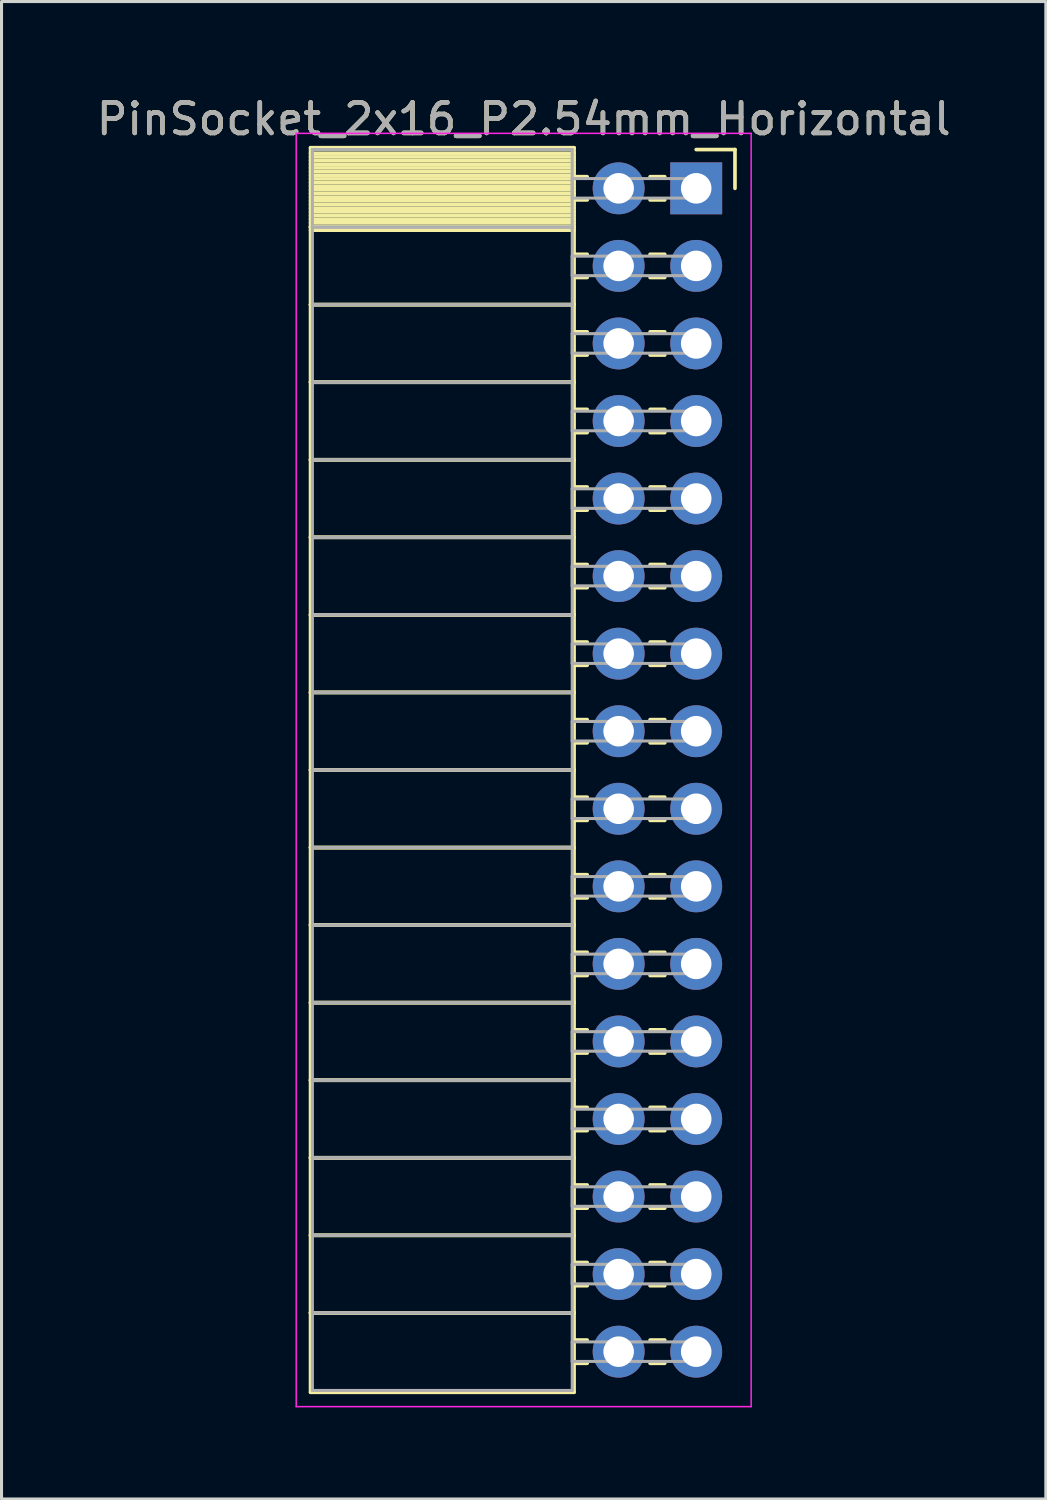
<source format=kicad_pcb>
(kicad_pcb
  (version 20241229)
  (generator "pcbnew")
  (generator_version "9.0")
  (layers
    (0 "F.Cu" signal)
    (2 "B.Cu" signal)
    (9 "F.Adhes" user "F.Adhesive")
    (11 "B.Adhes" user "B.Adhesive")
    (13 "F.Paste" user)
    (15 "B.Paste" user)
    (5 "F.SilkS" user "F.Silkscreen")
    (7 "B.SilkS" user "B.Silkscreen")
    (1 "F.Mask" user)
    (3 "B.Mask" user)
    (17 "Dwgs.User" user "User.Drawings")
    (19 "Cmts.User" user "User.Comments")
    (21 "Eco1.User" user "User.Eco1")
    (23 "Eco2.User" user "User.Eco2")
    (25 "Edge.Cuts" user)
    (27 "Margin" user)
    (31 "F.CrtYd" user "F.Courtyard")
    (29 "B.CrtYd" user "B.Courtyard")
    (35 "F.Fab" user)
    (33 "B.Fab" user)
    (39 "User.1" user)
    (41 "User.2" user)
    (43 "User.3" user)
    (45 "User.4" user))
  (footprint "PinSocket_2x16_P2.54mm_Horizontal"
    (layer "F.Cu")
    (at 19.751 3.118)
    (property "Reference" "PinSocket_2x16_P2.54mm_Horizontal" (at -5.65 -2.27 0) (layer "F.SilkS") (effects (font (size 1 1) (thickness 0.15))))
    (attr through_hole)
    (fp_line (start -12.63 -1.33) (end -4 -1.33) (stroke (width 0.12) (type solid)) (layer "F.SilkS"))
    (fp_line (start -12.63 1.27) (end -12.63 -1.33) (stroke (width 0.12) (type solid)) (layer "F.SilkS"))
    (fp_line (start -12.63 1.27) (end -4 1.27) (stroke (width 0.12) (type solid)) (layer "F.SilkS"))
    (fp_line (start -12.63 3.81) (end -12.63 1.27) (stroke (width 0.12) (type solid)) (layer "F.SilkS"))
    (fp_line (start -12.63 3.81) (end -4 3.81) (stroke (width 0.12) (type solid)) (layer "F.SilkS"))
    (fp_line (start -12.63 6.35) (end -12.63 3.81) (stroke (width 0.12) (type solid)) (layer "F.SilkS"))
    (fp_line (start -12.63 6.35) (end -4 6.35) (stroke (width 0.12) (type solid)) (layer "F.SilkS"))
    (fp_line (start -12.63 8.89) (end -12.63 6.35) (stroke (width 0.12) (type solid)) (layer "F.SilkS"))
    (fp_line (start -12.63 8.89) (end -4 8.89) (stroke (width 0.12) (type solid)) (layer "F.SilkS"))
    (fp_line (start -12.63 11.43) (end -12.63 8.89) (stroke (width 0.12) (type solid)) (layer "F.SilkS"))
    (fp_line (start -12.63 11.43) (end -4 11.43) (stroke (width 0.12) (type solid)) (layer "F.SilkS"))
    (fp_line (start -12.63 13.97) (end -12.63 11.43) (stroke (width 0.12) (type solid)) (layer "F.SilkS"))
    (fp_line (start -12.63 13.97) (end -4 13.97) (stroke (width 0.12) (type solid)) (layer "F.SilkS"))
    (fp_line (start -12.63 16.51) (end -12.63 13.97) (stroke (width 0.12) (type solid)) (layer "F.SilkS"))
    (fp_line (start -12.63 16.51) (end -4 16.51) (stroke (width 0.12) (type solid)) (layer "F.SilkS"))
    (fp_line (start -12.63 19.05) (end -12.63 16.51) (stroke (width 0.12) (type solid)) (layer "F.SilkS"))
    (fp_line (start -12.63 19.05) (end -4 19.05) (stroke (width 0.12) (type solid)) (layer "F.SilkS"))
    (fp_line (start -12.63 21.59) (end -12.63 19.05) (stroke (width 0.12) (type solid)) (layer "F.SilkS"))
    (fp_line (start -12.63 21.59) (end -4 21.59) (stroke (width 0.12) (type solid)) (layer "F.SilkS"))
    (fp_line (start -12.63 24.13) (end -12.63 21.59) (stroke (width 0.12) (type solid)) (layer "F.SilkS"))
    (fp_line (start -12.63 24.13) (end -4 24.13) (stroke (width 0.12) (type solid)) (layer "F.SilkS"))
    (fp_line (start -12.63 26.67) (end -12.63 24.13) (stroke (width 0.12) (type solid)) (layer "F.SilkS"))
    (fp_line (start -12.63 26.67) (end -4 26.67) (stroke (width 0.12) (type solid)) (layer "F.SilkS"))
    (fp_line (start -12.63 29.21) (end -12.63 26.67) (stroke (width 0.12) (type solid)) (layer "F.SilkS"))
    (fp_line (start -12.63 29.21) (end -4 29.21) (stroke (width 0.12) (type solid)) (layer "F.SilkS"))
    (fp_line (start -12.63 31.75) (end -12.63 29.21) (stroke (width 0.12) (type solid)) (layer "F.SilkS"))
    (fp_line (start -12.63 31.75) (end -4 31.75) (stroke (width 0.12) (type solid)) (layer "F.SilkS"))
    (fp_line (start -12.63 34.29) (end -12.63 31.75) (stroke (width 0.12) (type solid)) (layer "F.SilkS"))
    (fp_line (start -12.63 34.29) (end -4 34.29) (stroke (width 0.12) (type solid)) (layer "F.SilkS"))
    (fp_line (start -12.63 36.83) (end -12.63 34.29) (stroke (width 0.12) (type solid)) (layer "F.SilkS"))
    (fp_line (start -12.63 36.83) (end -4 36.83) (stroke (width 0.12) (type solid)) (layer "F.SilkS"))
    (fp_line (start -12.63 39.43) (end -12.63 36.83) (stroke (width 0.12) (type solid)) (layer "F.SilkS"))
    (fp_line (start -4 -1.33) (end -4 1.27) (stroke (width 0.12) (type solid)) (layer "F.SilkS"))
    (fp_line (start -4 -1.15) (end -12.63 -1.15) (stroke (width 0.12) (type solid)) (layer "F.SilkS"))
    (fp_line (start -4 -1.03) (end -12.63 -1.03) (stroke (width 0.12) (type solid)) (layer "F.SilkS"))
    (fp_line (start -4 -0.91) (end -12.63 -0.91) (stroke (width 0.12) (type solid)) (layer "F.SilkS"))
    (fp_line (start -4 -0.79) (end -12.63 -0.79) (stroke (width 0.12) (type solid)) (layer "F.SilkS"))
    (fp_line (start -4 -0.67) (end -12.63 -0.67) (stroke (width 0.12) (type solid)) (layer "F.SilkS"))
    (fp_line (start -4 -0.55) (end -12.63 -0.55) (stroke (width 0.12) (type solid)) (layer "F.SilkS"))
    (fp_line (start -4 -0.43) (end -12.63 -0.43) (stroke (width 0.12) (type solid)) (layer "F.SilkS"))
    (fp_line (start -4 -0.31) (end -12.63 -0.31) (stroke (width 0.12) (type solid)) (layer "F.SilkS"))
    (fp_line (start -4 -0.19) (end -12.63 -0.19) (stroke (width 0.12) (type solid)) (layer "F.SilkS"))
    (fp_line (start -4 -0.07) (end -12.63 -0.07) (stroke (width 0.12) (type solid)) (layer "F.SilkS"))
    (fp_line (start -4 0.05) (end -12.63 0.05) (stroke (width 0.12) (type solid)) (layer "F.SilkS"))
    (fp_line (start -4 0.17) (end -12.63 0.17) (stroke (width 0.12) (type solid)) (layer "F.SilkS"))
    (fp_line (start -4 0.29) (end -12.63 0.29) (stroke (width 0.12) (type solid)) (layer "F.SilkS"))
    (fp_line (start -4 0.41) (end -12.63 0.41) (stroke (width 0.12) (type solid)) (layer "F.SilkS"))
    (fp_line (start -4 0.53) (end -12.63 0.53) (stroke (width 0.12) (type solid)) (layer "F.SilkS"))
    (fp_line (start -4 0.65) (end -12.63 0.65) (stroke (width 0.12) (type solid)) (layer "F.SilkS"))
    (fp_line (start -4 0.77) (end -12.63 0.77) (stroke (width 0.12) (type solid)) (layer "F.SilkS"))
    (fp_line (start -4 0.89) (end -12.63 0.89) (stroke (width 0.12) (type solid)) (layer "F.SilkS"))
    (fp_line (start -4 1.01) (end -12.63 1.01) (stroke (width 0.12) (type solid)) (layer "F.SilkS"))
    (fp_line (start -4 1.13) (end -12.63 1.13) (stroke (width 0.12) (type solid)) (layer "F.SilkS"))
    (fp_line (start -4 1.25) (end -12.63 1.25) (stroke (width 0.12) (type solid)) (layer "F.SilkS"))
    (fp_line (start -4 1.27) (end -12.63 1.27) (stroke (width 0.12) (type solid)) (layer "F.SilkS"))
    (fp_line (start -4 1.27) (end -4 3.81) (stroke (width 0.12) (type solid)) (layer "F.SilkS"))
    (fp_line (start -4 1.37) (end -12.63 1.37) (stroke (width 0.12) (type solid)) (layer "F.SilkS"))
    (fp_line (start -4 3.81) (end -12.63 3.81) (stroke (width 0.12) (type solid)) (layer "F.SilkS"))
    (fp_line (start -4 3.81) (end -4 6.35) (stroke (width 0.12) (type solid)) (layer "F.SilkS"))
    (fp_line (start -4 6.35) (end -12.63 6.35) (stroke (width 0.12) (type solid)) (layer "F.SilkS"))
    (fp_line (start -4 6.35) (end -4 8.89) (stroke (width 0.12) (type solid)) (layer "F.SilkS"))
    (fp_line (start -4 8.89) (end -12.63 8.89) (stroke (width 0.12) (type solid)) (layer "F.SilkS"))
    (fp_line (start -4 8.89) (end -4 11.43) (stroke (width 0.12) (type solid)) (layer "F.SilkS"))
    (fp_line (start -4 11.43) (end -12.63 11.43) (stroke (width 0.12) (type solid)) (layer "F.SilkS"))
    (fp_line (start -4 11.43) (end -4 13.97) (stroke (width 0.12) (type solid)) (layer "F.SilkS"))
    (fp_line (start -4 13.97) (end -12.63 13.97) (stroke (width 0.12) (type solid)) (layer "F.SilkS"))
    (fp_line (start -4 13.97) (end -4 16.51) (stroke (width 0.12) (type solid)) (layer "F.SilkS"))
    (fp_line (start -4 16.51) (end -12.63 16.51) (stroke (width 0.12) (type solid)) (layer "F.SilkS"))
    (fp_line (start -4 16.51) (end -4 19.05) (stroke (width 0.12) (type solid)) (layer "F.SilkS"))
    (fp_line (start -4 19.05) (end -12.63 19.05) (stroke (width 0.12) (type solid)) (layer "F.SilkS"))
    (fp_line (start -4 19.05) (end -4 21.59) (stroke (width 0.12) (type solid)) (layer "F.SilkS"))
    (fp_line (start -4 21.59) (end -12.63 21.59) (stroke (width 0.12) (type solid)) (layer "F.SilkS"))
    (fp_line (start -4 21.59) (end -4 24.13) (stroke (width 0.12) (type solid)) (layer "F.SilkS"))
    (fp_line (start -4 24.13) (end -12.63 24.13) (stroke (width 0.12) (type solid)) (layer "F.SilkS"))
    (fp_line (start -4 24.13) (end -4 26.67) (stroke (width 0.12) (type solid)) (layer "F.SilkS"))
    (fp_line (start -4 26.67) (end -12.63 26.67) (stroke (width 0.12) (type solid)) (layer "F.SilkS"))
    (fp_line (start -4 26.67) (end -4 29.21) (stroke (width 0.12) (type solid)) (layer "F.SilkS"))
    (fp_line (start -4 29.21) (end -12.63 29.21) (stroke (width 0.12) (type solid)) (layer "F.SilkS"))
    (fp_line (start -4 29.21) (end -4 31.75) (stroke (width 0.12) (type solid)) (layer "F.SilkS"))
    (fp_line (start -4 31.75) (end -12.63 31.75) (stroke (width 0.12) (type solid)) (layer "F.SilkS"))
    (fp_line (start -4 31.75) (end -4 34.29) (stroke (width 0.12) (type solid)) (layer "F.SilkS"))
    (fp_line (start -4 34.29) (end -12.63 34.29) (stroke (width 0.12) (type solid)) (layer "F.SilkS"))
    (fp_line (start -4 34.29) (end -4 36.83) (stroke (width 0.12) (type solid)) (layer "F.SilkS"))
    (fp_line (start -4 36.83) (end -12.63 36.83) (stroke (width 0.12) (type solid)) (layer "F.SilkS"))
    (fp_line (start -4 36.83) (end -4 39.43) (stroke (width 0.12) (type solid)) (layer "F.SilkS"))
    (fp_line (start -4 39.43) (end -12.63 39.43) (stroke (width 0.12) (type solid)) (layer "F.SilkS"))
    (fp_line (start -3.57 -0.38) (end -4 -0.38) (stroke (width 0.12) (type solid)) (layer "F.SilkS"))
    (fp_line (start -3.57 0.38) (end -4 0.38) (stroke (width 0.12) (type solid)) (layer "F.SilkS"))
    (fp_line (start -3.57 2.16) (end -4 2.16) (stroke (width 0.12) (type solid)) (layer "F.SilkS"))
    (fp_line (start -3.57 2.92) (end -4 2.92) (stroke (width 0.12) (type solid)) (layer "F.SilkS"))
    (fp_line (start -3.57 4.7) (end -4 4.7) (stroke (width 0.12) (type solid)) (layer "F.SilkS"))
    (fp_line (start -3.57 5.46) (end -4 5.46) (stroke (width 0.12) (type solid)) (layer "F.SilkS"))
    (fp_line (start -3.57 7.24) (end -4 7.24) (stroke (width 0.12) (type solid)) (layer "F.SilkS"))
    (fp_line (start -3.57 8) (end -4 8) (stroke (width 0.12) (type solid)) (layer "F.SilkS"))
    (fp_line (start -3.57 9.78) (end -4 9.78) (stroke (width 0.12) (type solid)) (layer "F.SilkS"))
    (fp_line (start -3.57 10.54) (end -4 10.54) (stroke (width 0.12) (type solid)) (layer "F.SilkS"))
    (fp_line (start -3.57 12.32) (end -4 12.32) (stroke (width 0.12) (type solid)) (layer "F.SilkS"))
    (fp_line (start -3.57 13.08) (end -4 13.08) (stroke (width 0.12) (type solid)) (layer "F.SilkS"))
    (fp_line (start -3.57 14.86) (end -4 14.86) (stroke (width 0.12) (type solid)) (layer "F.SilkS"))
    (fp_line (start -3.57 15.62) (end -4 15.62) (stroke (width 0.12) (type solid)) (layer "F.SilkS"))
    (fp_line (start -3.57 17.4) (end -4 17.4) (stroke (width 0.12) (type solid)) (layer "F.SilkS"))
    (fp_line (start -3.57 18.16) (end -4 18.16) (stroke (width 0.12) (type solid)) (layer "F.SilkS"))
    (fp_line (start -3.57 19.94) (end -4 19.94) (stroke (width 0.12) (type solid)) (layer "F.SilkS"))
    (fp_line (start -3.57 20.7) (end -4 20.7) (stroke (width 0.12) (type solid)) (layer "F.SilkS"))
    (fp_line (start -3.57 22.48) (end -4 22.48) (stroke (width 0.12) (type solid)) (layer "F.SilkS"))
    (fp_line (start -3.57 23.24) (end -4 23.24) (stroke (width 0.12) (type solid)) (layer "F.SilkS"))
    (fp_line (start -3.57 25.02) (end -4 25.02) (stroke (width 0.12) (type solid)) (layer "F.SilkS"))
    (fp_line (start -3.57 25.78) (end -4 25.78) (stroke (width 0.12) (type solid)) (layer "F.SilkS"))
    (fp_line (start -3.57 27.56) (end -4 27.56) (stroke (width 0.12) (type solid)) (layer "F.SilkS"))
    (fp_line (start -3.57 28.32) (end -4 28.32) (stroke (width 0.12) (type solid)) (layer "F.SilkS"))
    (fp_line (start -3.57 30.1) (end -4 30.1) (stroke (width 0.12) (type solid)) (layer "F.SilkS"))
    (fp_line (start -3.57 30.86) (end -4 30.86) (stroke (width 0.12) (type solid)) (layer "F.SilkS"))
    (fp_line (start -3.57 32.64) (end -4 32.64) (stroke (width 0.12) (type solid)) (layer "F.SilkS"))
    (fp_line (start -3.57 33.4) (end -4 33.4) (stroke (width 0.12) (type solid)) (layer "F.SilkS"))
    (fp_line (start -3.57 35.18) (end -4 35.18) (stroke (width 0.12) (type solid)) (layer "F.SilkS"))
    (fp_line (start -3.57 35.94) (end -4 35.94) (stroke (width 0.12) (type solid)) (layer "F.SilkS"))
    (fp_line (start -3.57 37.72) (end -4 37.72) (stroke (width 0.12) (type solid)) (layer "F.SilkS"))
    (fp_line (start -3.57 38.48) (end -4 38.48) (stroke (width 0.12) (type solid)) (layer "F.SilkS"))
    (fp_line (start -1.03 -0.38) (end -1.51 -0.38) (stroke (width 0.12) (type solid)) (layer "F.SilkS"))
    (fp_line (start -1.03 0.38) (end -1.51 0.38) (stroke (width 0.12) (type solid)) (layer "F.SilkS"))
    (fp_line (start -1.03 2.16) (end -1.51 2.16) (stroke (width 0.12) (type solid)) (layer "F.SilkS"))
    (fp_line (start -1.03 2.92) (end -1.51 2.92) (stroke (width 0.12) (type solid)) (layer "F.SilkS"))
    (fp_line (start -1.03 4.7) (end -1.51 4.7) (stroke (width 0.12) (type solid)) (layer "F.SilkS"))
    (fp_line (start -1.03 5.46) (end -1.51 5.46) (stroke (width 0.12) (type solid)) (layer "F.SilkS"))
    (fp_line (start -1.03 7.24) (end -1.51 7.24) (stroke (width 0.12) (type solid)) (layer "F.SilkS"))
    (fp_line (start -1.03 8) (end -1.51 8) (stroke (width 0.12) (type solid)) (layer "F.SilkS"))
    (fp_line (start -1.03 9.78) (end -1.51 9.78) (stroke (width 0.12) (type solid)) (layer "F.SilkS"))
    (fp_line (start -1.03 10.54) (end -1.51 10.54) (stroke (width 0.12) (type solid)) (layer "F.SilkS"))
    (fp_line (start -1.03 12.32) (end -1.51 12.32) (stroke (width 0.12) (type solid)) (layer "F.SilkS"))
    (fp_line (start -1.03 13.08) (end -1.51 13.08) (stroke (width 0.12) (type solid)) (layer "F.SilkS"))
    (fp_line (start -1.03 14.86) (end -1.51 14.86) (stroke (width 0.12) (type solid)) (layer "F.SilkS"))
    (fp_line (start -1.03 15.62) (end -1.51 15.62) (stroke (width 0.12) (type solid)) (layer "F.SilkS"))
    (fp_line (start -1.03 17.4) (end -1.51 17.4) (stroke (width 0.12) (type solid)) (layer "F.SilkS"))
    (fp_line (start -1.03 18.16) (end -1.51 18.16) (stroke (width 0.12) (type solid)) (layer "F.SilkS"))
    (fp_line (start -1.03 19.94) (end -1.51 19.94) (stroke (width 0.12) (type solid)) (layer "F.SilkS"))
    (fp_line (start -1.03 20.7) (end -1.51 20.7) (stroke (width 0.12) (type solid)) (layer "F.SilkS"))
    (fp_line (start -1.03 22.48) (end -1.51 22.48) (stroke (width 0.12) (type solid)) (layer "F.SilkS"))
    (fp_line (start -1.03 23.24) (end -1.51 23.24) (stroke (width 0.12) (type solid)) (layer "F.SilkS"))
    (fp_line (start -1.03 25.02) (end -1.51 25.02) (stroke (width 0.12) (type solid)) (layer "F.SilkS"))
    (fp_line (start -1.03 25.78) (end -1.51 25.78) (stroke (width 0.12) (type solid)) (layer "F.SilkS"))
    (fp_line (start -1.03 27.56) (end -1.51 27.56) (stroke (width 0.12) (type solid)) (layer "F.SilkS"))
    (fp_line (start -1.03 28.32) (end -1.51 28.32) (stroke (width 0.12) (type solid)) (layer "F.SilkS"))
    (fp_line (start -1.03 30.1) (end -1.51 30.1) (stroke (width 0.12) (type solid)) (layer "F.SilkS"))
    (fp_line (start -1.03 30.86) (end -1.51 30.86) (stroke (width 0.12) (type solid)) (layer "F.SilkS"))
    (fp_line (start -1.03 32.64) (end -1.51 32.64) (stroke (width 0.12) (type solid)) (layer "F.SilkS"))
    (fp_line (start -1.03 33.4) (end -1.51 33.4) (stroke (width 0.12) (type solid)) (layer "F.SilkS"))
    (fp_line (start -1.03 35.18) (end -1.51 35.18) (stroke (width 0.12) (type solid)) (layer "F.SilkS"))
    (fp_line (start -1.03 35.94) (end -1.51 35.94) (stroke (width 0.12) (type solid)) (layer "F.SilkS"))
    (fp_line (start -1.03 37.72) (end -1.51 37.72) (stroke (width 0.12) (type solid)) (layer "F.SilkS"))
    (fp_line (start -1.03 38.48) (end -1.51 38.48) (stroke (width 0.12) (type solid)) (layer "F.SilkS"))
    (fp_line (start 0 -1.27) (end 1.27 -1.27) (stroke (width 0.12) (type solid)) (layer "F.SilkS"))
    (fp_line (start 1.27 -1.27) (end 1.27 0) (stroke (width 0.12) (type solid)) (layer "F.SilkS"))
    (fp_line (start -13.1 -1.8) (end 1.8 -1.8) (stroke (width 0.05) (type solid)) (layer "F.CrtYd"))
    (fp_line (start -13.1 39.9) (end -13.1 -1.8) (stroke (width 0.05) (type solid)) (layer "F.CrtYd"))
    (fp_line (start 1.8 -1.8) (end 1.8 39.9) (stroke (width 0.05) (type solid)) (layer "F.CrtYd"))
    (fp_line (start 1.8 39.9) (end -13.1 39.9) (stroke (width 0.05) (type solid)) (layer "F.CrtYd"))
    (fp_line (start -12.57 -1.27) (end -4.06 -1.27) (stroke (width 0.1) (type solid)) (layer "F.Fab"))
    (fp_line (start -12.57 1.27) (end -12.57 -1.27) (stroke (width 0.1) (type solid)) (layer "F.Fab"))
    (fp_line (start -12.57 1.27) (end -4.06 1.27) (stroke (width 0.1) (type solid)) (layer "F.Fab"))
    (fp_line (start -12.57 3.81) (end -12.57 1.27) (stroke (width 0.1) (type solid)) (layer "F.Fab"))
    (fp_line (start -12.57 3.81) (end -4.06 3.81) (stroke (width 0.1) (type solid)) (layer "F.Fab"))
    (fp_line (start -12.57 6.35) (end -12.57 3.81) (stroke (width 0.1) (type solid)) (layer "F.Fab"))
    (fp_line (start -12.57 6.35) (end -4.06 6.35) (stroke (width 0.1) (type solid)) (layer "F.Fab"))
    (fp_line (start -12.57 8.89) (end -12.57 6.35) (stroke (width 0.1) (type solid)) (layer "F.Fab"))
    (fp_line (start -12.57 8.89) (end -4.06 8.89) (stroke (width 0.1) (type solid)) (layer "F.Fab"))
    (fp_line (start -12.57 11.43) (end -12.57 8.89) (stroke (width 0.1) (type solid)) (layer "F.Fab"))
    (fp_line (start -12.57 11.43) (end -4.06 11.43) (stroke (width 0.1) (type solid)) (layer "F.Fab"))
    (fp_line (start -12.57 13.97) (end -12.57 11.43) (stroke (width 0.1) (type solid)) (layer "F.Fab"))
    (fp_line (start -12.57 13.97) (end -4.06 13.97) (stroke (width 0.1) (type solid)) (layer "F.Fab"))
    (fp_line (start -12.57 16.51) (end -12.57 13.97) (stroke (width 0.1) (type solid)) (layer "F.Fab"))
    (fp_line (start -12.57 16.51) (end -4.06 16.51) (stroke (width 0.1) (type solid)) (layer "F.Fab"))
    (fp_line (start -12.57 19.05) (end -12.57 16.51) (stroke (width 0.1) (type solid)) (layer "F.Fab"))
    (fp_line (start -12.57 19.05) (end -4.06 19.05) (stroke (width 0.1) (type solid)) (layer "F.Fab"))
    (fp_line (start -12.57 21.59) (end -12.57 19.05) (stroke (width 0.1) (type solid)) (layer "F.Fab"))
    (fp_line (start -12.57 21.59) (end -4.06 21.59) (stroke (width 0.1) (type solid)) (layer "F.Fab"))
    (fp_line (start -12.57 24.13) (end -12.57 21.59) (stroke (width 0.1) (type solid)) (layer "F.Fab"))
    (fp_line (start -12.57 24.13) (end -4.06 24.13) (stroke (width 0.1) (type solid)) (layer "F.Fab"))
    (fp_line (start -12.57 26.67) (end -12.57 24.13) (stroke (width 0.1) (type solid)) (layer "F.Fab"))
    (fp_line (start -12.57 26.67) (end -4.06 26.67) (stroke (width 0.1) (type solid)) (layer "F.Fab"))
    (fp_line (start -12.57 29.21) (end -12.57 26.67) (stroke (width 0.1) (type solid)) (layer "F.Fab"))
    (fp_line (start -12.57 29.21) (end -4.06 29.21) (stroke (width 0.1) (type solid)) (layer "F.Fab"))
    (fp_line (start -12.57 31.75) (end -12.57 29.21) (stroke (width 0.1) (type solid)) (layer "F.Fab"))
    (fp_line (start -12.57 31.75) (end -4.06 31.75) (stroke (width 0.1) (type solid)) (layer "F.Fab"))
    (fp_line (start -12.57 34.29) (end -12.57 31.75) (stroke (width 0.1) (type solid)) (layer "F.Fab"))
    (fp_line (start -12.57 34.29) (end -4.06 34.29) (stroke (width 0.1) (type solid)) (layer "F.Fab"))
    (fp_line (start -12.57 36.83) (end -12.57 34.29) (stroke (width 0.1) (type solid)) (layer "F.Fab"))
    (fp_line (start -12.57 36.83) (end -4.06 36.83) (stroke (width 0.1) (type solid)) (layer "F.Fab"))
    (fp_line (start -12.57 39.37) (end -12.57 36.83) (stroke (width 0.1) (type solid)) (layer "F.Fab"))
    (fp_line (start -4.06 -1.27) (end -4.06 1.27) (stroke (width 0.1) (type solid)) (layer "F.Fab"))
    (fp_line (start -4.06 -0.32) (end 0 -0.32) (stroke (width 0.1) (type solid)) (layer "F.Fab"))
    (fp_line (start -4.06 0.32) (end -4.06 -0.32) (stroke (width 0.1) (type solid)) (layer "F.Fab"))
    (fp_line (start -4.06 1.27) (end -12.57 1.27) (stroke (width 0.1) (type solid)) (layer "F.Fab"))
    (fp_line (start -4.06 1.27) (end -4.06 3.81) (stroke (width 0.1) (type solid)) (layer "F.Fab"))
    (fp_line (start -4.06 2.22) (end 0 2.22) (stroke (width 0.1) (type solid)) (layer "F.Fab"))
    (fp_line (start -4.06 2.86) (end -4.06 2.22) (stroke (width 0.1) (type solid)) (layer "F.Fab"))
    (fp_line (start -4.06 3.81) (end -12.57 3.81) (stroke (width 0.1) (type solid)) (layer "F.Fab"))
    (fp_line (start -4.06 3.81) (end -4.06 6.35) (stroke (width 0.1) (type solid)) (layer "F.Fab"))
    (fp_line (start -4.06 4.76) (end 0 4.76) (stroke (width 0.1) (type solid)) (layer "F.Fab"))
    (fp_line (start -4.06 5.4) (end -4.06 4.76) (stroke (width 0.1) (type solid)) (layer "F.Fab"))
    (fp_line (start -4.06 6.35) (end -12.57 6.35) (stroke (width 0.1) (type solid)) (layer "F.Fab"))
    (fp_line (start -4.06 6.35) (end -4.06 8.89) (stroke (width 0.1) (type solid)) (layer "F.Fab"))
    (fp_line (start -4.06 7.3) (end 0 7.3) (stroke (width 0.1) (type solid)) (layer "F.Fab"))
    (fp_line (start -4.06 7.94) (end -4.06 7.3) (stroke (width 0.1) (type solid)) (layer "F.Fab"))
    (fp_line (start -4.06 8.89) (end -12.57 8.89) (stroke (width 0.1) (type solid)) (layer "F.Fab"))
    (fp_line (start -4.06 8.89) (end -4.06 11.43) (stroke (width 0.1) (type solid)) (layer "F.Fab"))
    (fp_line (start -4.06 9.84) (end 0 9.84) (stroke (width 0.1) (type solid)) (layer "F.Fab"))
    (fp_line (start -4.06 10.48) (end -4.06 9.84) (stroke (width 0.1) (type solid)) (layer "F.Fab"))
    (fp_line (start -4.06 11.43) (end -12.57 11.43) (stroke (width 0.1) (type solid)) (layer "F.Fab"))
    (fp_line (start -4.06 11.43) (end -4.06 13.97) (stroke (width 0.1) (type solid)) (layer "F.Fab"))
    (fp_line (start -4.06 12.38) (end 0 12.38) (stroke (width 0.1) (type solid)) (layer "F.Fab"))
    (fp_line (start -4.06 13.02) (end -4.06 12.38) (stroke (width 0.1) (type solid)) (layer "F.Fab"))
    (fp_line (start -4.06 13.97) (end -12.57 13.97) (stroke (width 0.1) (type solid)) (layer "F.Fab"))
    (fp_line (start -4.06 13.97) (end -4.06 16.51) (stroke (width 0.1) (type solid)) (layer "F.Fab"))
    (fp_line (start -4.06 14.92) (end 0 14.92) (stroke (width 0.1) (type solid)) (layer "F.Fab"))
    (fp_line (start -4.06 15.56) (end -4.06 14.92) (stroke (width 0.1) (type solid)) (layer "F.Fab"))
    (fp_line (start -4.06 16.51) (end -12.57 16.51) (stroke (width 0.1) (type solid)) (layer "F.Fab"))
    (fp_line (start -4.06 16.51) (end -4.06 19.05) (stroke (width 0.1) (type solid)) (layer "F.Fab"))
    (fp_line (start -4.06 17.46) (end 0 17.46) (stroke (width 0.1) (type solid)) (layer "F.Fab"))
    (fp_line (start -4.06 18.1) (end -4.06 17.46) (stroke (width 0.1) (type solid)) (layer "F.Fab"))
    (fp_line (start -4.06 19.05) (end -12.57 19.05) (stroke (width 0.1) (type solid)) (layer "F.Fab"))
    (fp_line (start -4.06 19.05) (end -4.06 21.59) (stroke (width 0.1) (type solid)) (layer "F.Fab"))
    (fp_line (start -4.06 20) (end 0 20) (stroke (width 0.1) (type solid)) (layer "F.Fab"))
    (fp_line (start -4.06 20.64) (end -4.06 20) (stroke (width 0.1) (type solid)) (layer "F.Fab"))
    (fp_line (start -4.06 21.59) (end -12.57 21.59) (stroke (width 0.1) (type solid)) (layer "F.Fab"))
    (fp_line (start -4.06 21.59) (end -4.06 24.13) (stroke (width 0.1) (type solid)) (layer "F.Fab"))
    (fp_line (start -4.06 22.54) (end 0 22.54) (stroke (width 0.1) (type solid)) (layer "F.Fab"))
    (fp_line (start -4.06 23.18) (end -4.06 22.54) (stroke (width 0.1) (type solid)) (layer "F.Fab"))
    (fp_line (start -4.06 24.13) (end -12.57 24.13) (stroke (width 0.1) (type solid)) (layer "F.Fab"))
    (fp_line (start -4.06 24.13) (end -4.06 26.67) (stroke (width 0.1) (type solid)) (layer "F.Fab"))
    (fp_line (start -4.06 25.08) (end 0 25.08) (stroke (width 0.1) (type solid)) (layer "F.Fab"))
    (fp_line (start -4.06 25.72) (end -4.06 25.08) (stroke (width 0.1) (type solid)) (layer "F.Fab"))
    (fp_line (start -4.06 26.67) (end -12.57 26.67) (stroke (width 0.1) (type solid)) (layer "F.Fab"))
    (fp_line (start -4.06 26.67) (end -4.06 29.21) (stroke (width 0.1) (type solid)) (layer "F.Fab"))
    (fp_line (start -4.06 27.62) (end 0 27.62) (stroke (width 0.1) (type solid)) (layer "F.Fab"))
    (fp_line (start -4.06 28.26) (end -4.06 27.62) (stroke (width 0.1) (type solid)) (layer "F.Fab"))
    (fp_line (start -4.06 29.21) (end -12.57 29.21) (stroke (width 0.1) (type solid)) (layer "F.Fab"))
    (fp_line (start -4.06 29.21) (end -4.06 31.75) (stroke (width 0.1) (type solid)) (layer "F.Fab"))
    (fp_line (start -4.06 30.16) (end 0 30.16) (stroke (width 0.1) (type solid)) (layer "F.Fab"))
    (fp_line (start -4.06 30.8) (end -4.06 30.16) (stroke (width 0.1) (type solid)) (layer "F.Fab"))
    (fp_line (start -4.06 31.75) (end -12.57 31.75) (stroke (width 0.1) (type solid)) (layer "F.Fab"))
    (fp_line (start -4.06 31.75) (end -4.06 34.29) (stroke (width 0.1) (type solid)) (layer "F.Fab"))
    (fp_line (start -4.06 32.7) (end 0 32.7) (stroke (width 0.1) (type solid)) (layer "F.Fab"))
    (fp_line (start -4.06 33.34) (end -4.06 32.7) (stroke (width 0.1) (type solid)) (layer "F.Fab"))
    (fp_line (start -4.06 34.29) (end -12.57 34.29) (stroke (width 0.1) (type solid)) (layer "F.Fab"))
    (fp_line (start -4.06 34.29) (end -4.06 36.83) (stroke (width 0.1) (type solid)) (layer "F.Fab"))
    (fp_line (start -4.06 35.24) (end 0 35.24) (stroke (width 0.1) (type solid)) (layer "F.Fab"))
    (fp_line (start -4.06 35.88) (end -4.06 35.24) (stroke (width 0.1) (type solid)) (layer "F.Fab"))
    (fp_line (start -4.06 36.83) (end -12.57 36.83) (stroke (width 0.1) (type solid)) (layer "F.Fab"))
    (fp_line (start -4.06 36.83) (end -4.06 39.37) (stroke (width 0.1) (type solid)) (layer "F.Fab"))
    (fp_line (start -4.06 37.78) (end 0 37.78) (stroke (width 0.1) (type solid)) (layer "F.Fab"))
    (fp_line (start -4.06 38.42) (end -4.06 37.78) (stroke (width 0.1) (type solid)) (layer "F.Fab"))
    (fp_line (start -4.06 39.37) (end -12.57 39.37) (stroke (width 0.1) (type solid)) (layer "F.Fab"))
    (fp_line (start 0 -0.32) (end 0 0.32) (stroke (width 0.1) (type solid)) (layer "F.Fab"))
    (fp_line (start 0 0.32) (end -4.06 0.32) (stroke (width 0.1) (type solid)) (layer "F.Fab"))
    (fp_line (start 0 2.22) (end 0 2.86) (stroke (width 0.1) (type solid)) (layer "F.Fab"))
    (fp_line (start 0 2.86) (end -4.06 2.86) (stroke (width 0.1) (type solid)) (layer "F.Fab"))
    (fp_line (start 0 4.76) (end 0 5.4) (stroke (width 0.1) (type solid)) (layer "F.Fab"))
    (fp_line (start 0 5.4) (end -4.06 5.4) (stroke (width 0.1) (type solid)) (layer "F.Fab"))
    (fp_line (start 0 7.3) (end 0 7.94) (stroke (width 0.1) (type solid)) (layer "F.Fab"))
    (fp_line (start 0 7.94) (end -4.06 7.94) (stroke (width 0.1) (type solid)) (layer "F.Fab"))
    (fp_line (start 0 9.84) (end 0 10.48) (stroke (width 0.1) (type solid)) (layer "F.Fab"))
    (fp_line (start 0 10.48) (end -4.06 10.48) (stroke (width 0.1) (type solid)) (layer "F.Fab"))
    (fp_line (start 0 12.38) (end 0 13.02) (stroke (width 0.1) (type solid)) (layer "F.Fab"))
    (fp_line (start 0 13.02) (end -4.06 13.02) (stroke (width 0.1) (type solid)) (layer "F.Fab"))
    (fp_line (start 0 14.92) (end 0 15.56) (stroke (width 0.1) (type solid)) (layer "F.Fab"))
    (fp_line (start 0 15.56) (end -4.06 15.56) (stroke (width 0.1) (type solid)) (layer "F.Fab"))
    (fp_line (start 0 17.46) (end 0 18.1) (stroke (width 0.1) (type solid)) (layer "F.Fab"))
    (fp_line (start 0 18.1) (end -4.06 18.1) (stroke (width 0.1) (type solid)) (layer "F.Fab"))
    (fp_line (start 0 20) (end 0 20.64) (stroke (width 0.1) (type solid)) (layer "F.Fab"))
    (fp_line (start 0 20.64) (end -4.06 20.64) (stroke (width 0.1) (type solid)) (layer "F.Fab"))
    (fp_line (start 0 22.54) (end 0 23.18) (stroke (width 0.1) (type solid)) (layer "F.Fab"))
    (fp_line (start 0 23.18) (end -4.06 23.18) (stroke (width 0.1) (type solid)) (layer "F.Fab"))
    (fp_line (start 0 25.08) (end 0 25.72) (stroke (width 0.1) (type solid)) (layer "F.Fab"))
    (fp_line (start 0 25.72) (end -4.06 25.72) (stroke (width 0.1) (type solid)) (layer "F.Fab"))
    (fp_line (start 0 27.62) (end 0 28.26) (stroke (width 0.1) (type solid)) (layer "F.Fab"))
    (fp_line (start 0 28.26) (end -4.06 28.26) (stroke (width 0.1) (type solid)) (layer "F.Fab"))
    (fp_line (start 0 30.16) (end 0 30.8) (stroke (width 0.1) (type solid)) (layer "F.Fab"))
    (fp_line (start 0 30.8) (end -4.06 30.8) (stroke (width 0.1) (type solid)) (layer "F.Fab"))
    (fp_line (start 0 32.7) (end 0 33.34) (stroke (width 0.1) (type solid)) (layer "F.Fab"))
    (fp_line (start 0 33.34) (end -4.06 33.34) (stroke (width 0.1) (type solid)) (layer "F.Fab"))
    (fp_line (start 0 35.24) (end 0 35.88) (stroke (width 0.1) (type solid)) (layer "F.Fab"))
    (fp_line (start 0 35.88) (end -4.06 35.88) (stroke (width 0.1) (type solid)) (layer "F.Fab"))
    (fp_line (start 0 37.78) (end 0 38.42) (stroke (width 0.1) (type solid)) (layer "F.Fab"))
    (fp_line (start 0 38.42) (end -4.06 38.42) (stroke (width 0.1) (type solid)) (layer "F.Fab"))
    (fp_text user "${REFERENCE}" (at -5.65 -2.27 0) (layer "F.Fab") (effects (font (size 1 1) (thickness 0.15))))
    (pad "1" thru_hole rect (at 0 0) (size 1.7 1.7) (drill 1) (layers "*.Cu" "*.Mask"))
    (pad "2" thru_hole oval (at -2.54 0) (size 1.7 1.7) (drill 1) (layers "*.Cu" "*.Mask"))
    (pad "3" thru_hole oval (at 0 2.54) (size 1.7 1.7) (drill 1) (layers "*.Cu" "*.Mask"))
    (pad "4" thru_hole oval (at -2.54 2.54) (size 1.7 1.7) (drill 1) (layers "*.Cu" "*.Mask"))
    (pad "5" thru_hole oval (at 0 5.08) (size 1.7 1.7) (drill 1) (layers "*.Cu" "*.Mask"))
    (pad "6" thru_hole oval (at -2.54 5.08) (size 1.7 1.7) (drill 1) (layers "*.Cu" "*.Mask"))
    (pad "7" thru_hole oval (at 0 7.62) (size 1.7 1.7) (drill 1) (layers "*.Cu" "*.Mask"))
    (pad "8" thru_hole oval (at -2.54 7.62) (size 1.7 1.7) (drill 1) (layers "*.Cu" "*.Mask"))
    (pad "9" thru_hole oval (at 0 10.16) (size 1.7 1.7) (drill 1) (layers "*.Cu" "*.Mask"))
    (pad "10" thru_hole oval (at -2.54 10.16) (size 1.7 1.7) (drill 1) (layers "*.Cu" "*.Mask"))
    (pad "11" thru_hole oval (at 0 12.7) (size 1.7 1.7) (drill 1) (layers "*.Cu" "*.Mask"))
    (pad "12" thru_hole oval (at -2.54 12.7) (size 1.7 1.7) (drill 1) (layers "*.Cu" "*.Mask"))
    (pad "13" thru_hole oval (at 0 15.24) (size 1.7 1.7) (drill 1) (layers "*.Cu" "*.Mask"))
    (pad "14" thru_hole oval (at -2.54 15.24) (size 1.7 1.7) (drill 1) (layers "*.Cu" "*.Mask"))
    (pad "15" thru_hole oval (at 0 17.78) (size 1.7 1.7) (drill 1) (layers "*.Cu" "*.Mask"))
    (pad "16" thru_hole oval (at -2.54 17.78) (size 1.7 1.7) (drill 1) (layers "*.Cu" "*.Mask"))
    (pad "17" thru_hole oval (at 0 20.32) (size 1.7 1.7) (drill 1) (layers "*.Cu" "*.Mask"))
    (pad "18" thru_hole oval (at -2.54 20.32) (size 1.7 1.7) (drill 1) (layers "*.Cu" "*.Mask"))
    (pad "19" thru_hole oval (at 0 22.86) (size 1.7 1.7) (drill 1) (layers "*.Cu" "*.Mask"))
    (pad "20" thru_hole oval (at -2.54 22.86) (size 1.7 1.7) (drill 1) (layers "*.Cu" "*.Mask"))
    (pad "21" thru_hole oval (at 0 25.4) (size 1.7 1.7) (drill 1) (layers "*.Cu" "*.Mask"))
    (pad "22" thru_hole oval (at -2.54 25.4) (size 1.7 1.7) (drill 1) (layers "*.Cu" "*.Mask"))
    (pad "23" thru_hole oval (at 0 27.94) (size 1.7 1.7) (drill 1) (layers "*.Cu" "*.Mask"))
    (pad "24" thru_hole oval (at -2.54 27.94) (size 1.7 1.7) (drill 1) (layers "*.Cu" "*.Mask"))
    (pad "25" thru_hole oval (at 0 30.48) (size 1.7 1.7) (drill 1) (layers "*.Cu" "*.Mask"))
    (pad "26" thru_hole oval (at -2.54 30.48) (size 1.7 1.7) (drill 1) (layers "*.Cu" "*.Mask"))
    (pad "27" thru_hole oval (at 0 33.02) (size 1.7 1.7) (drill 1) (layers "*.Cu" "*.Mask"))
    (pad "28" thru_hole oval (at -2.54 33.02) (size 1.7 1.7) (drill 1) (layers "*.Cu" "*.Mask"))
    (pad "29" thru_hole oval (at 0 35.56) (size 1.7 1.7) (drill 1) (layers "*.Cu" "*.Mask"))
    (pad "30" thru_hole oval (at -2.54 35.56) (size 1.7 1.7) (drill 1) (layers "*.Cu" "*.Mask"))
    (pad "31" thru_hole oval (at 0 38.1) (size 1.7 1.7) (drill 1) (layers "*.Cu" "*.Mask"))
    (pad "32" thru_hole oval (at -2.54 38.1) (size 1.7 1.7) (drill 1) (layers "*.Cu" "*.Mask")))
  (gr_rect
    (start -3 -3)
    (end 31.202 46.043)
    (stroke (width 0.1) (type default))
    (fill no)
    (layer "Edge.Cuts")))
</source>
